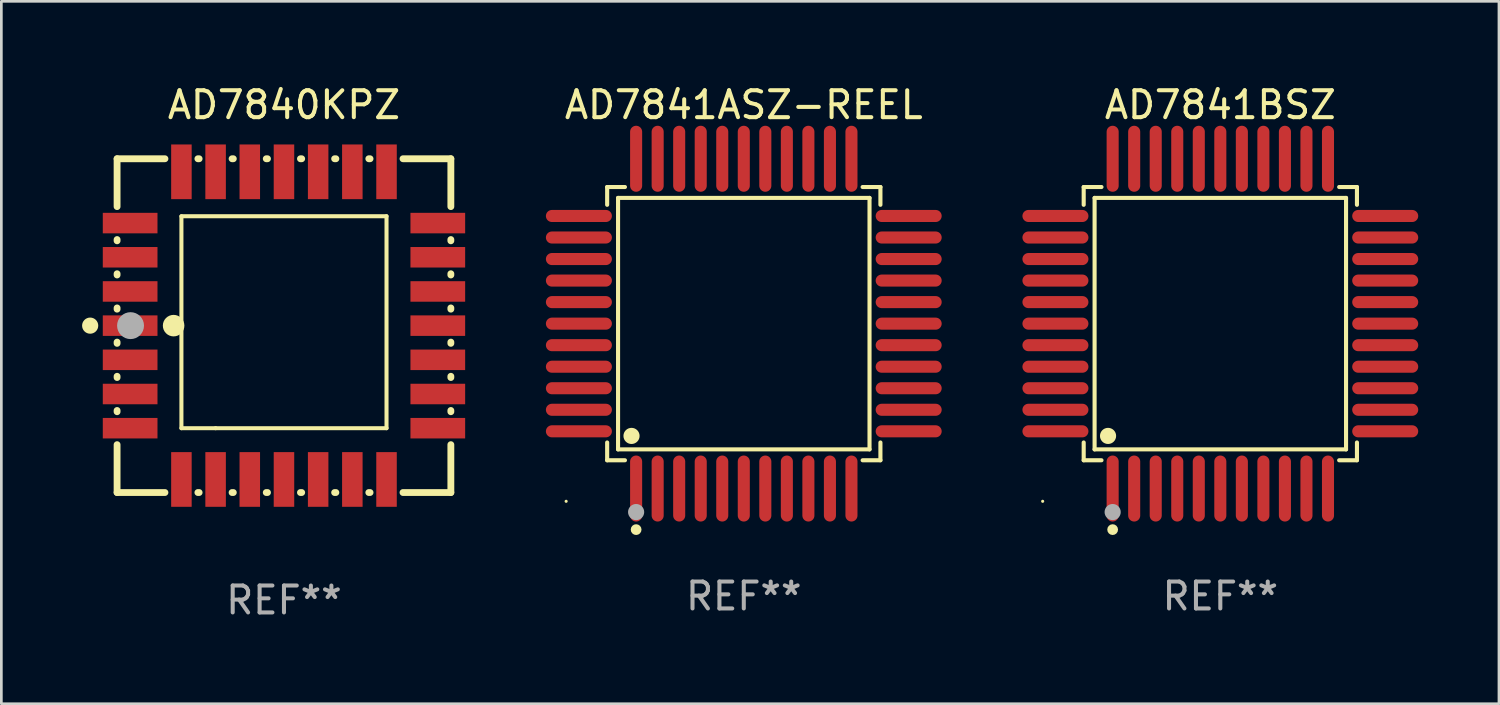
<source format=kicad_pcb>
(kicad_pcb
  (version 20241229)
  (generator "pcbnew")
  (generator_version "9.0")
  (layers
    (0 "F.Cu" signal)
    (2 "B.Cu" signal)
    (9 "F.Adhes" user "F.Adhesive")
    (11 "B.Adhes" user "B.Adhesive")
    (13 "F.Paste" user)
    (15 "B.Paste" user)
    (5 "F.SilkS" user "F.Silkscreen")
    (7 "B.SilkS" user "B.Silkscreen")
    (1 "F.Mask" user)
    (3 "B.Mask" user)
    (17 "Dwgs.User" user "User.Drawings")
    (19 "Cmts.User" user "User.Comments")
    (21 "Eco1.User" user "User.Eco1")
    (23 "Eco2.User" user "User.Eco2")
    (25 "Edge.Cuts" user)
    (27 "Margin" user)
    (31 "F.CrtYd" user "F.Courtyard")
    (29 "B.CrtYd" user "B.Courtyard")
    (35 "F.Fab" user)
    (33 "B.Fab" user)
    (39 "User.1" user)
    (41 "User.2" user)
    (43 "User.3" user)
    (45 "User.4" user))
  (footprint "AD7841ASZ-REEL"
    (layer "F.Cu")
    (at 24.583 8.974)
    (property "Reference" "AD7841ASZ-REEL" (at 0 -8.126 0) (layer "F.SilkS") (effects (font (size 1 1) (thickness 0.15))))
    (attr through_hole)
    (fp_line (start -5.076 -5.076) (end -4.415 -5.076) (stroke (width 0.152) (type solid)) (layer "F.SilkS"))
    (fp_line (start -5.076 -4.415) (end -5.076 -5.076) (stroke (width 0.152) (type solid)) (layer "F.SilkS"))
    (fp_line (start -5.076 4.415) (end -5.076 5.076) (stroke (width 0.152) (type solid)) (layer "F.SilkS"))
    (fp_line (start -5.076 5.076) (end -4.415 5.076) (stroke (width 0.152) (type solid)) (layer "F.SilkS"))
    (fp_line (start -4.671 -4.671) (end 4.671 -4.671) (stroke (width 0.152) (type solid)) (layer "F.SilkS"))
    (fp_line (start -4.671 4.671) (end -4.671 -4.671) (stroke (width 0.152) (type solid)) (layer "F.SilkS"))
    (fp_line (start 4.671 -4.671) (end 4.671 4.671) (stroke (width 0.152) (type solid)) (layer "F.SilkS"))
    (fp_line (start 4.671 4.671) (end -4.671 4.671) (stroke (width 0.152) (type solid)) (layer "F.SilkS"))
    (fp_line (start 5.076 -5.076) (end 4.415 -5.076) (stroke (width 0.152) (type solid)) (layer "F.SilkS"))
    (fp_line (start 5.076 -4.415) (end 5.076 -5.076) (stroke (width 0.152) (type solid)) (layer "F.SilkS"))
    (fp_line (start 5.076 4.415) (end 5.076 5.076) (stroke (width 0.152) (type solid)) (layer "F.SilkS"))
    (fp_line (start 5.076 5.076) (end 4.415 5.076) (stroke (width 0.152) (type solid)) (layer "F.SilkS"))
    (fp_circle (center -6.6 6.6) (end -6.57 6.6) (stroke (width 0.06) (type solid)) (fill no) (layer "F.SilkS"))
    (fp_circle (center -4.171 4.171) (end -4.021 4.171) (stroke (width 0.3) (type solid)) (fill no) (layer "F.SilkS"))
    (fp_circle (center -4 7.652) (end -3.9 7.652) (stroke (width 0.2) (type solid)) (fill no) (layer "F.SilkS"))
    (fp_circle (center -4 7) (end -3.85 7) (stroke (width 0.3) (type solid)) (fill no) (layer "F.Fab"))
    (fp_text user "REF**" (at 0 10.126 0) (layer "F.Fab") (effects (font (size 1 1) (thickness 0.15))))
    (pad "1" smd oval (at -4 6.126) (size 0.448 2.452) (layers "F.Cu" "F.Mask" "F.Paste"))
    (pad "2" smd oval (at -3.2 6.126) (size 0.448 2.452) (layers "F.Cu" "F.Mask" "F.Paste"))
    (pad "3" smd oval (at -2.4 6.126) (size 0.448 2.452) (layers "F.Cu" "F.Mask" "F.Paste"))
    (pad "4" smd oval (at -1.6 6.126) (size 0.448 2.452) (layers "F.Cu" "F.Mask" "F.Paste"))
    (pad "5" smd oval (at -0.8 6.126) (size 0.448 2.452) (layers "F.Cu" "F.Mask" "F.Paste"))
    (pad "6" smd oval (at 0 6.126) (size 0.448 2.452) (layers "F.Cu" "F.Mask" "F.Paste"))
    (pad "7" smd oval (at 0.8 6.126) (size 0.448 2.452) (layers "F.Cu" "F.Mask" "F.Paste"))
    (pad "8" smd oval (at 1.6 6.126) (size 0.448 2.452) (layers "F.Cu" "F.Mask" "F.Paste"))
    (pad "9" smd oval (at 2.4 6.126) (size 0.448 2.452) (layers "F.Cu" "F.Mask" "F.Paste"))
    (pad "10" smd oval (at 3.2 6.126) (size 0.448 2.452) (layers "F.Cu" "F.Mask" "F.Paste"))
    (pad "11" smd oval (at 4 6.126) (size 0.448 2.452) (layers "F.Cu" "F.Mask" "F.Paste"))
    (pad "12" smd oval (at 6.126 4) (size 2.452 0.448) (layers "F.Cu" "F.Mask" "F.Paste"))
    (pad "13" smd oval (at 6.126 3.2) (size 2.452 0.448) (layers "F.Cu" "F.Mask" "F.Paste"))
    (pad "14" smd oval (at 6.126 2.4) (size 2.452 0.448) (layers "F.Cu" "F.Mask" "F.Paste"))
    (pad "15" smd oval (at 6.126 1.6) (size 2.452 0.448) (layers "F.Cu" "F.Mask" "F.Paste"))
    (pad "16" smd oval (at 6.126 0.8) (size 2.452 0.448) (layers "F.Cu" "F.Mask" "F.Paste"))
    (pad "17" smd oval (at 6.126 0) (size 2.452 0.448) (layers "F.Cu" "F.Mask" "F.Paste"))
    (pad "18" smd oval (at 6.126 -0.8) (size 2.452 0.448) (layers "F.Cu" "F.Mask" "F.Paste"))
    (pad "19" smd oval (at 6.126 -1.6) (size 2.452 0.448) (layers "F.Cu" "F.Mask" "F.Paste"))
    (pad "20" smd oval (at 6.126 -2.4) (size 2.452 0.448) (layers "F.Cu" "F.Mask" "F.Paste"))
    (pad "21" smd oval (at 6.126 -3.2) (size 2.452 0.448) (layers "F.Cu" "F.Mask" "F.Paste"))
    (pad "22" smd oval (at 6.126 -4) (size 2.452 0.448) (layers "F.Cu" "F.Mask" "F.Paste"))
    (pad "23" smd oval (at 4 -6.126) (size 0.448 2.452) (layers "F.Cu" "F.Mask" "F.Paste"))
    (pad "24" smd oval (at 3.2 -6.126) (size 0.448 2.452) (layers "F.Cu" "F.Mask" "F.Paste"))
    (pad "25" smd oval (at 2.4 -6.126) (size 0.448 2.452) (layers "F.Cu" "F.Mask" "F.Paste"))
    (pad "26" smd oval (at 1.6 -6.126) (size 0.448 2.452) (layers "F.Cu" "F.Mask" "F.Paste"))
    (pad "27" smd oval (at 0.8 -6.126) (size 0.448 2.452) (layers "F.Cu" "F.Mask" "F.Paste"))
    (pad "28" smd oval (at 0 -6.126) (size 0.448 2.452) (layers "F.Cu" "F.Mask" "F.Paste"))
    (pad "29" smd oval (at -0.8 -6.126) (size 0.448 2.452) (layers "F.Cu" "F.Mask" "F.Paste"))
    (pad "30" smd oval (at -1.6 -6.126) (size 0.448 2.452) (layers "F.Cu" "F.Mask" "F.Paste"))
    (pad "31" smd oval (at -2.4 -6.126) (size 0.448 2.452) (layers "F.Cu" "F.Mask" "F.Paste"))
    (pad "32" smd oval (at -3.2 -6.126) (size 0.448 2.452) (layers "F.Cu" "F.Mask" "F.Paste"))
    (pad "33" smd oval (at -4 -6.126) (size 0.448 2.452) (layers "F.Cu" "F.Mask" "F.Paste"))
    (pad "34" smd oval (at -6.126 -4) (size 2.452 0.448) (layers "F.Cu" "F.Mask" "F.Paste"))
    (pad "35" smd oval (at -6.126 -3.2) (size 2.452 0.448) (layers "F.Cu" "F.Mask" "F.Paste"))
    (pad "36" smd oval (at -6.126 -2.4) (size 2.452 0.448) (layers "F.Cu" "F.Mask" "F.Paste"))
    (pad "37" smd oval (at -6.126 -1.6) (size 2.452 0.448) (layers "F.Cu" "F.Mask" "F.Paste"))
    (pad "38" smd oval (at -6.126 -0.8) (size 2.452 0.448) (layers "F.Cu" "F.Mask" "F.Paste"))
    (pad "39" smd oval (at -6.126 0) (size 2.452 0.448) (layers "F.Cu" "F.Mask" "F.Paste"))
    (pad "40" smd oval (at -6.126 0.8) (size 2.452 0.448) (layers "F.Cu" "F.Mask" "F.Paste"))
    (pad "41" smd oval (at -6.126 1.6) (size 2.452 0.448) (layers "F.Cu" "F.Mask" "F.Paste"))
    (pad "42" smd oval (at -6.126 2.4) (size 2.452 0.448) (layers "F.Cu" "F.Mask" "F.Paste"))
    (pad "43" smd oval (at -6.126 3.2) (size 2.452 0.448) (layers "F.Cu" "F.Mask" "F.Paste"))
    (pad "44" smd oval (at -6.126 4) (size 2.452 0.448) (layers "F.Cu" "F.Mask" "F.Paste")))
  (footprint "AD7840KPZ"
    (layer "F.Cu")
    (at 7.5 9.048)
    (property "Reference" "AD7840KPZ" (at 0 -8.2 0) (layer "F.SilkS") (effects (font (size 1 1) (thickness 0.15))))
    (attr through_hole)
    (fp_line (start -6.2 -6.2) (end -4.422 -6.2) (stroke (width 0.254) (type solid)) (layer "F.SilkS"))
    (fp_line (start -6.2 -4.422) (end -6.2 -6.2) (stroke (width 0.254) (type solid)) (layer "F.SilkS"))
    (fp_line (start -6.2 -3.152) (end -6.2 -3.198) (stroke (width 0.254) (type solid)) (layer "F.SilkS"))
    (fp_line (start -6.2 -1.882) (end -6.2 -1.928) (stroke (width 0.254) (type solid)) (layer "F.SilkS"))
    (fp_line (start -6.2 -0.612) (end -6.2 -0.658) (stroke (width 0.254) (type solid)) (layer "F.SilkS"))
    (fp_line (start -6.2 0.658) (end -6.2 0.612) (stroke (width 0.254) (type solid)) (layer "F.SilkS"))
    (fp_line (start -6.2 1.928) (end -6.2 1.882) (stroke (width 0.254) (type solid)) (layer "F.SilkS"))
    (fp_line (start -6.2 3.198) (end -6.2 3.152) (stroke (width 0.254) (type solid)) (layer "F.SilkS"))
    (fp_line (start -6.2 6.2) (end -6.2 4.422) (stroke (width 0.254) (type solid)) (layer "F.SilkS"))
    (fp_line (start -4.422 6.2) (end -6.2 6.2) (stroke (width 0.254) (type solid)) (layer "F.SilkS"))
    (fp_line (start -3.81 -4.064) (end 3.81 -4.064) (stroke (width 0.15) (type solid)) (layer "F.SilkS"))
    (fp_line (start -3.81 3.81) (end -3.81 -4.064) (stroke (width 0.15) (type solid)) (layer "F.SilkS"))
    (fp_line (start -3.198 -6.2) (end -3.152 -6.2) (stroke (width 0.254) (type solid)) (layer "F.SilkS"))
    (fp_line (start -3.152 6.2) (end -3.198 6.2) (stroke (width 0.254) (type solid)) (layer "F.SilkS"))
    (fp_line (start -2.54 3.81) (end -3.81 3.81) (stroke (width 0.15) (type solid)) (layer "F.SilkS"))
    (fp_line (start -1.928 -6.2) (end -1.882 -6.2) (stroke (width 0.254) (type solid)) (layer "F.SilkS"))
    (fp_line (start -1.882 6.2) (end -1.928 6.2) (stroke (width 0.254) (type solid)) (layer "F.SilkS"))
    (fp_line (start -0.658 -6.2) (end -0.612 -6.2) (stroke (width 0.254) (type solid)) (layer "F.SilkS"))
    (fp_line (start -0.612 6.2) (end -0.658 6.2) (stroke (width 0.254) (type solid)) (layer "F.SilkS"))
    (fp_line (start 0.612 -6.2) (end 0.658 -6.2) (stroke (width 0.254) (type solid)) (layer "F.SilkS"))
    (fp_line (start 0.658 6.2) (end 0.612 6.2) (stroke (width 0.254) (type solid)) (layer "F.SilkS"))
    (fp_line (start 1.882 -6.2) (end 1.928 -6.2) (stroke (width 0.254) (type solid)) (layer "F.SilkS"))
    (fp_line (start 1.928 6.2) (end 1.882 6.2) (stroke (width 0.254) (type solid)) (layer "F.SilkS"))
    (fp_line (start 3.152 -6.2) (end 3.198 -6.2) (stroke (width 0.254) (type solid)) (layer "F.SilkS"))
    (fp_line (start 3.198 6.2) (end 3.152 6.2) (stroke (width 0.254) (type solid)) (layer "F.SilkS"))
    (fp_line (start 3.81 -4.064) (end 3.81 3.81) (stroke (width 0.15) (type solid)) (layer "F.SilkS"))
    (fp_line (start 3.81 3.81) (end -2.54 3.81) (stroke (width 0.15) (type solid)) (layer "F.SilkS"))
    (fp_line (start 4.422 -6.2) (end 6.2 -6.2) (stroke (width 0.254) (type solid)) (layer "F.SilkS"))
    (fp_line (start 6.2 -6.2) (end 6.2 -4.422) (stroke (width 0.254) (type solid)) (layer "F.SilkS"))
    (fp_line (start 6.2 -3.198) (end 6.2 -3.152) (stroke (width 0.254) (type solid)) (layer "F.SilkS"))
    (fp_line (start 6.2 -1.928) (end 6.2 -1.882) (stroke (width 0.254) (type solid)) (layer "F.SilkS"))
    (fp_line (start 6.2 -0.658) (end 6.2 -0.612) (stroke (width 0.254) (type solid)) (layer "F.SilkS"))
    (fp_line (start 6.2 0.612) (end 6.2 0.658) (stroke (width 0.254) (type solid)) (layer "F.SilkS"))
    (fp_line (start 6.2 1.882) (end 6.2 1.928) (stroke (width 0.254) (type solid)) (layer "F.SilkS"))
    (fp_line (start 6.2 3.152) (end 6.2 3.198) (stroke (width 0.254) (type solid)) (layer "F.SilkS"))
    (fp_line (start 6.2 4.422) (end 6.2 6.2) (stroke (width 0.254) (type solid)) (layer "F.SilkS"))
    (fp_line (start 6.2 6.2) (end 4.422 6.2) (stroke (width 0.254) (type solid)) (layer "F.SilkS"))
    (fp_circle (center -7.2 0) (end -7.05 0) (stroke (width 0.3) (type solid)) (fill no) (layer "F.SilkS"))
    (fp_circle (center -6.223 6.223) (end -6.193 6.223) (stroke (width 0.06) (type solid)) (fill no) (layer "F.SilkS"))
    (fp_circle (center -4.1 0) (end -3.9 0) (stroke (width 0.4) (type solid)) (fill no) (layer "F.SilkS"))
    (fp_circle (center -5.7 0) (end -5.45 0) (stroke (width 0.5) (type solid)) (fill no) (layer "F.Fab"))
    (fp_text user "REF**" (at 0 10.2 0) (layer "F.Fab") (effects (font (size 1 1) (thickness 0.15))))
    (pad "1" smd rect (at -5.715 0) (size 2.032 0.762) (layers "F.Cu" "F.Mask" "F.Paste"))
    (pad "2" smd rect (at -5.715 1.27) (size 2.032 0.762) (layers "F.Cu" "F.Mask" "F.Paste"))
    (pad "3" smd rect (at -5.715 2.54) (size 2.032 0.762) (layers "F.Cu" "F.Mask" "F.Paste"))
    (pad "4" smd rect (at -5.715 3.81) (size 2.032 0.762) (layers "F.Cu" "F.Mask" "F.Paste"))
    (pad "5" smd rect (at -3.81 5.715) (size 0.762 2.032) (layers "F.Cu" "F.Mask" "F.Paste"))
    (pad "6" smd rect (at -2.54 5.715) (size 0.762 2.032) (layers "F.Cu" "F.Mask" "F.Paste"))
    (pad "7" smd rect (at -1.27 5.715) (size 0.762 2.032) (layers "F.Cu" "F.Mask" "F.Paste"))
    (pad "8" smd rect (at 0 5.715) (size 0.762 2.032) (layers "F.Cu" "F.Mask" "F.Paste"))
    (pad "9" smd rect (at 1.27 5.715) (size 0.762 2.032) (layers "F.Cu" "F.Mask" "F.Paste"))
    (pad "10" smd rect (at 2.54 5.715) (size 0.762 2.032) (layers "F.Cu" "F.Mask" "F.Paste"))
    (pad "11" smd rect (at 3.81 5.715) (size 0.762 2.032) (layers "F.Cu" "F.Mask" "F.Paste"))
    (pad "12" smd rect (at 5.715 3.81) (size 2.032 0.762) (layers "F.Cu" "F.Mask" "F.Paste"))
    (pad "13" smd rect (at 5.715 2.54) (size 2.032 0.762) (layers "F.Cu" "F.Mask" "F.Paste"))
    (pad "14" smd rect (at 5.715 1.27) (size 2.032 0.762) (layers "F.Cu" "F.Mask" "F.Paste"))
    (pad "15" smd rect (at 5.715 0) (size 2.032 0.762) (layers "F.Cu" "F.Mask" "F.Paste"))
    (pad "16" smd rect (at 5.715 -1.27) (size 2.032 0.762) (layers "F.Cu" "F.Mask" "F.Paste"))
    (pad "17" smd rect (at 5.715 -2.54) (size 2.032 0.762) (layers "F.Cu" "F.Mask" "F.Paste"))
    (pad "18" smd rect (at 5.715 -3.81) (size 2.032 0.762) (layers "F.Cu" "F.Mask" "F.Paste"))
    (pad "19" smd rect (at 3.81 -5.715) (size 0.762 2.032) (layers "F.Cu" "F.Mask" "F.Paste"))
    (pad "20" smd rect (at 2.54 -5.715) (size 0.762 2.032) (layers "F.Cu" "F.Mask" "F.Paste"))
    (pad "21" smd rect (at 1.27 -5.715) (size 0.762 2.032) (layers "F.Cu" "F.Mask" "F.Paste"))
    (pad "22" smd rect (at 0 -5.715) (size 0.762 2.032) (layers "F.Cu" "F.Mask" "F.Paste"))
    (pad "23" smd rect (at -1.27 -5.715) (size 0.762 2.032) (layers "F.Cu" "F.Mask" "F.Paste"))
    (pad "24" smd rect (at -2.54 -5.715) (size 0.762 2.032) (layers "F.Cu" "F.Mask" "F.Paste"))
    (pad "25" smd rect (at -3.81 -5.715) (size 0.762 2.032) (layers "F.Cu" "F.Mask" "F.Paste"))
    (pad "26" smd rect (at -5.715 -3.81) (size 2.032 0.762) (layers "F.Cu" "F.Mask" "F.Paste"))
    (pad "27" smd rect (at -5.715 -2.54) (size 2.032 0.762) (layers "F.Cu" "F.Mask" "F.Paste"))
    (pad "28" smd rect (at -5.715 -1.27) (size 2.032 0.762) (layers "F.Cu" "F.Mask" "F.Paste")))
  (footprint "AD7841BSZ"
    (layer "F.Cu")
    (at 42.287 8.974)
    (property "Reference" "AD7841BSZ" (at 0 -8.126 0) (layer "F.SilkS") (effects (font (size 1 1) (thickness 0.15))))
    (attr through_hole)
    (fp_line (start -5.076 -5.076) (end -4.415 -5.076) (stroke (width 0.152) (type solid)) (layer "F.SilkS"))
    (fp_line (start -5.076 -4.415) (end -5.076 -5.076) (stroke (width 0.152) (type solid)) (layer "F.SilkS"))
    (fp_line (start -5.076 4.415) (end -5.076 5.076) (stroke (width 0.152) (type solid)) (layer "F.SilkS"))
    (fp_line (start -5.076 5.076) (end -4.415 5.076) (stroke (width 0.152) (type solid)) (layer "F.SilkS"))
    (fp_line (start -4.671 -4.671) (end 4.671 -4.671) (stroke (width 0.152) (type solid)) (layer "F.SilkS"))
    (fp_line (start -4.671 4.671) (end -4.671 -4.671) (stroke (width 0.152) (type solid)) (layer "F.SilkS"))
    (fp_line (start 4.671 -4.671) (end 4.671 4.671) (stroke (width 0.152) (type solid)) (layer "F.SilkS"))
    (fp_line (start 4.671 4.671) (end -4.671 4.671) (stroke (width 0.152) (type solid)) (layer "F.SilkS"))
    (fp_line (start 5.076 -5.076) (end 4.415 -5.076) (stroke (width 0.152) (type solid)) (layer "F.SilkS"))
    (fp_line (start 5.076 -4.415) (end 5.076 -5.076) (stroke (width 0.152) (type solid)) (layer "F.SilkS"))
    (fp_line (start 5.076 4.415) (end 5.076 5.076) (stroke (width 0.152) (type solid)) (layer "F.SilkS"))
    (fp_line (start 5.076 5.076) (end 4.415 5.076) (stroke (width 0.152) (type solid)) (layer "F.SilkS"))
    (fp_circle (center -6.6 6.6) (end -6.57 6.6) (stroke (width 0.06) (type solid)) (fill no) (layer "F.SilkS"))
    (fp_circle (center -4.171 4.171) (end -4.021 4.171) (stroke (width 0.3) (type solid)) (fill no) (layer "F.SilkS"))
    (fp_circle (center -4 7.652) (end -3.9 7.652) (stroke (width 0.2) (type solid)) (fill no) (layer "F.SilkS"))
    (fp_circle (center -4 7) (end -3.85 7) (stroke (width 0.3) (type solid)) (fill no) (layer "F.Fab"))
    (fp_text user "REF**" (at 0 10.126 0) (layer "F.Fab") (effects (font (size 1 1) (thickness 0.15))))
    (pad "1" smd oval (at -4 6.126) (size 0.448 2.452) (layers "F.Cu" "F.Mask" "F.Paste"))
    (pad "2" smd oval (at -3.2 6.126) (size 0.448 2.452) (layers "F.Cu" "F.Mask" "F.Paste"))
    (pad "3" smd oval (at -2.4 6.126) (size 0.448 2.452) (layers "F.Cu" "F.Mask" "F.Paste"))
    (pad "4" smd oval (at -1.6 6.126) (size 0.448 2.452) (layers "F.Cu" "F.Mask" "F.Paste"))
    (pad "5" smd oval (at -0.8 6.126) (size 0.448 2.452) (layers "F.Cu" "F.Mask" "F.Paste"))
    (pad "6" smd oval (at 0 6.126) (size 0.448 2.452) (layers "F.Cu" "F.Mask" "F.Paste"))
    (pad "7" smd oval (at 0.8 6.126) (size 0.448 2.452) (layers "F.Cu" "F.Mask" "F.Paste"))
    (pad "8" smd oval (at 1.6 6.126) (size 0.448 2.452) (layers "F.Cu" "F.Mask" "F.Paste"))
    (pad "9" smd oval (at 2.4 6.126) (size 0.448 2.452) (layers "F.Cu" "F.Mask" "F.Paste"))
    (pad "10" smd oval (at 3.2 6.126) (size 0.448 2.452) (layers "F.Cu" "F.Mask" "F.Paste"))
    (pad "11" smd oval (at 4 6.126) (size 0.448 2.452) (layers "F.Cu" "F.Mask" "F.Paste"))
    (pad "12" smd oval (at 6.126 4) (size 2.452 0.448) (layers "F.Cu" "F.Mask" "F.Paste"))
    (pad "13" smd oval (at 6.126 3.2) (size 2.452 0.448) (layers "F.Cu" "F.Mask" "F.Paste"))
    (pad "14" smd oval (at 6.126 2.4) (size 2.452 0.448) (layers "F.Cu" "F.Mask" "F.Paste"))
    (pad "15" smd oval (at 6.126 1.6) (size 2.452 0.448) (layers "F.Cu" "F.Mask" "F.Paste"))
    (pad "16" smd oval (at 6.126 0.8) (size 2.452 0.448) (layers "F.Cu" "F.Mask" "F.Paste"))
    (pad "17" smd oval (at 6.126 0) (size 2.452 0.448) (layers "F.Cu" "F.Mask" "F.Paste"))
    (pad "18" smd oval (at 6.126 -0.8) (size 2.452 0.448) (layers "F.Cu" "F.Mask" "F.Paste"))
    (pad "19" smd oval (at 6.126 -1.6) (size 2.452 0.448) (layers "F.Cu" "F.Mask" "F.Paste"))
    (pad "20" smd oval (at 6.126 -2.4) (size 2.452 0.448) (layers "F.Cu" "F.Mask" "F.Paste"))
    (pad "21" smd oval (at 6.126 -3.2) (size 2.452 0.448) (layers "F.Cu" "F.Mask" "F.Paste"))
    (pad "22" smd oval (at 6.126 -4) (size 2.452 0.448) (layers "F.Cu" "F.Mask" "F.Paste"))
    (pad "23" smd oval (at 4 -6.126) (size 0.448 2.452) (layers "F.Cu" "F.Mask" "F.Paste"))
    (pad "24" smd oval (at 3.2 -6.126) (size 0.448 2.452) (layers "F.Cu" "F.Mask" "F.Paste"))
    (pad "25" smd oval (at 2.4 -6.126) (size 0.448 2.452) (layers "F.Cu" "F.Mask" "F.Paste"))
    (pad "26" smd oval (at 1.6 -6.126) (size 0.448 2.452) (layers "F.Cu" "F.Mask" "F.Paste"))
    (pad "27" smd oval (at 0.8 -6.126) (size 0.448 2.452) (layers "F.Cu" "F.Mask" "F.Paste"))
    (pad "28" smd oval (at 0 -6.126) (size 0.448 2.452) (layers "F.Cu" "F.Mask" "F.Paste"))
    (pad "29" smd oval (at -0.8 -6.126) (size 0.448 2.452) (layers "F.Cu" "F.Mask" "F.Paste"))
    (pad "30" smd oval (at -1.6 -6.126) (size 0.448 2.452) (layers "F.Cu" "F.Mask" "F.Paste"))
    (pad "31" smd oval (at -2.4 -6.126) (size 0.448 2.452) (layers "F.Cu" "F.Mask" "F.Paste"))
    (pad "32" smd oval (at -3.2 -6.126) (size 0.448 2.452) (layers "F.Cu" "F.Mask" "F.Paste"))
    (pad "33" smd oval (at -4 -6.126) (size 0.448 2.452) (layers "F.Cu" "F.Mask" "F.Paste"))
    (pad "34" smd oval (at -6.126 -4) (size 2.452 0.448) (layers "F.Cu" "F.Mask" "F.Paste"))
    (pad "35" smd oval (at -6.126 -3.2) (size 2.452 0.448) (layers "F.Cu" "F.Mask" "F.Paste"))
    (pad "36" smd oval (at -6.126 -2.4) (size 2.452 0.448) (layers "F.Cu" "F.Mask" "F.Paste"))
    (pad "37" smd oval (at -6.126 -1.6) (size 2.452 0.448) (layers "F.Cu" "F.Mask" "F.Paste"))
    (pad "38" smd oval (at -6.126 -0.8) (size 2.452 0.448) (layers "F.Cu" "F.Mask" "F.Paste"))
    (pad "39" smd oval (at -6.126 0) (size 2.452 0.448) (layers "F.Cu" "F.Mask" "F.Paste"))
    (pad "40" smd oval (at -6.126 0.8) (size 2.452 0.448) (layers "F.Cu" "F.Mask" "F.Paste"))
    (pad "41" smd oval (at -6.126 1.6) (size 2.452 0.448) (layers "F.Cu" "F.Mask" "F.Paste"))
    (pad "42" smd oval (at -6.126 2.4) (size 2.452 0.448) (layers "F.Cu" "F.Mask" "F.Paste"))
    (pad "43" smd oval (at -6.126 3.2) (size 2.452 0.448) (layers "F.Cu" "F.Mask" "F.Paste"))
    (pad "44" smd oval (at -6.126 4) (size 2.452 0.448) (layers "F.Cu" "F.Mask" "F.Paste")))
  (gr_rect
    (start -3 -3)
    (end 52.639 23.096)
    (stroke (width 0.1) (type default))
    (fill no)
    (layer "Edge.Cuts")))
</source>
